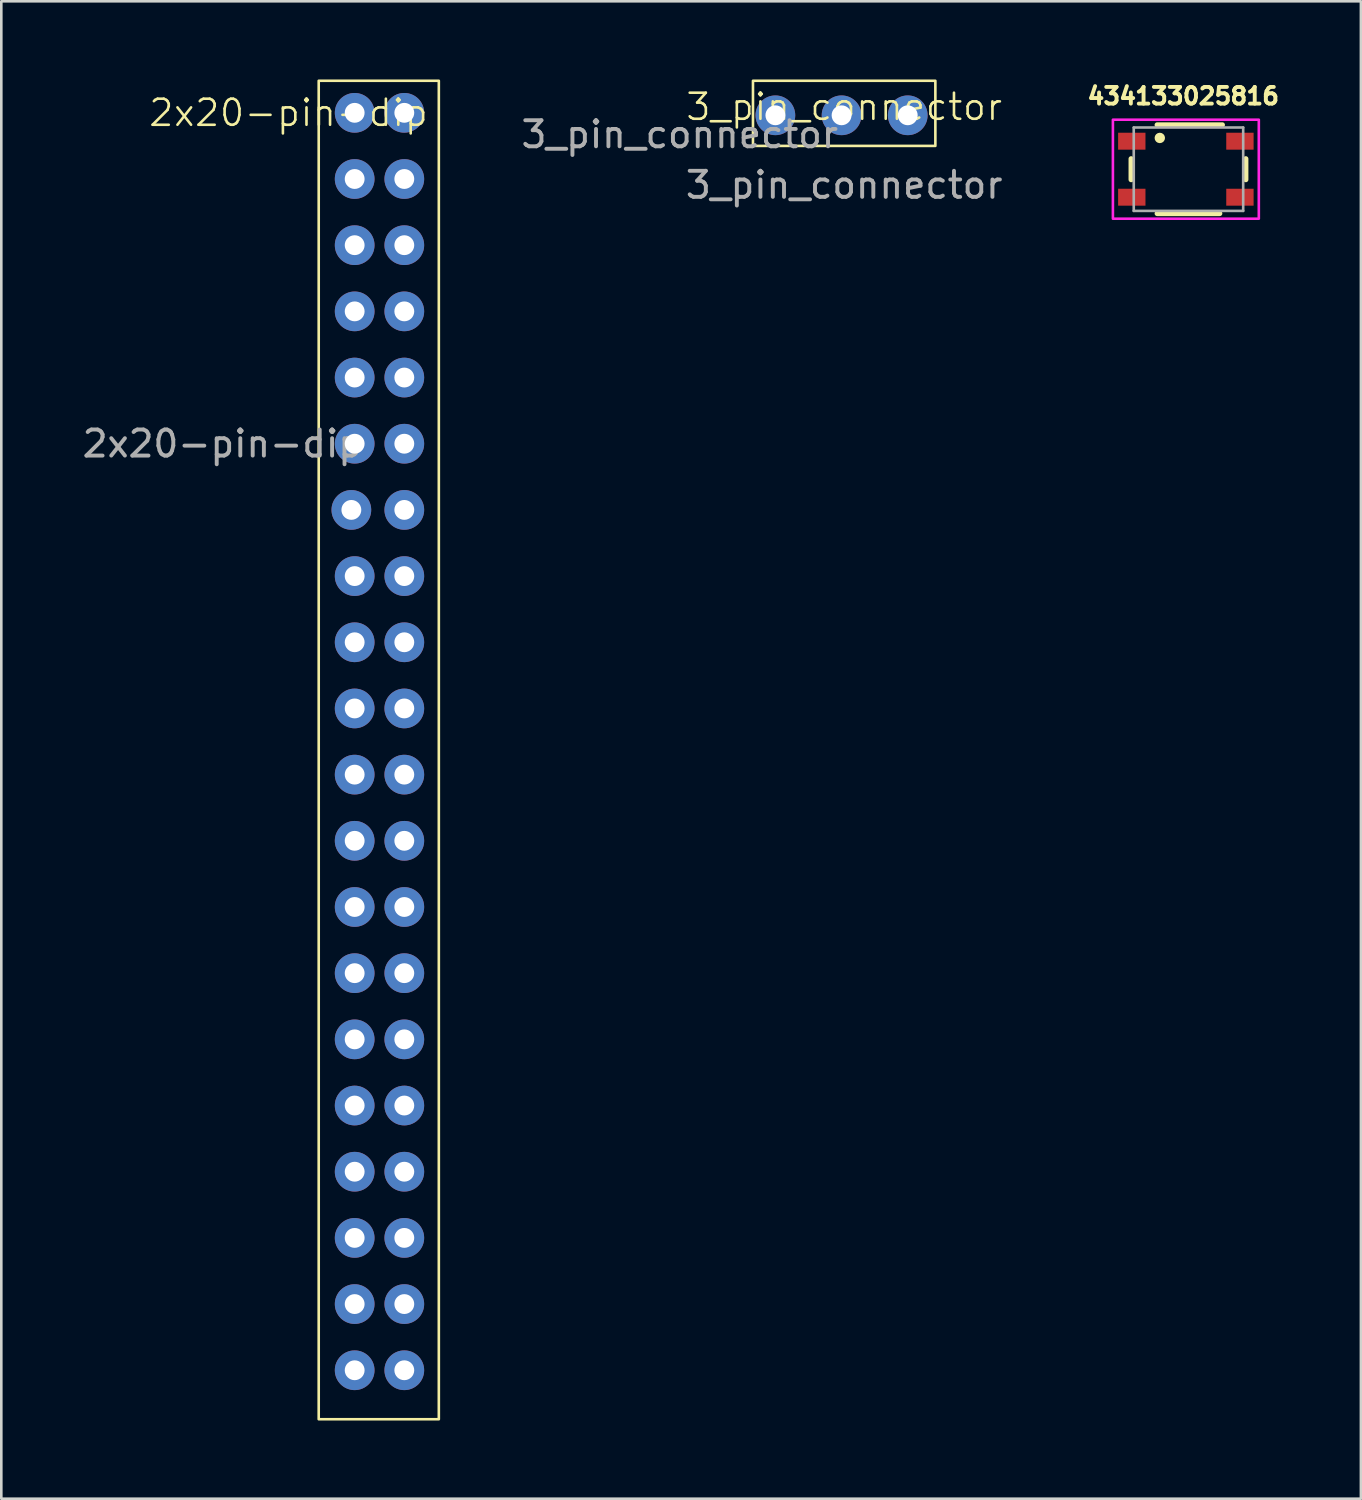
<source format=kicad_pcb>
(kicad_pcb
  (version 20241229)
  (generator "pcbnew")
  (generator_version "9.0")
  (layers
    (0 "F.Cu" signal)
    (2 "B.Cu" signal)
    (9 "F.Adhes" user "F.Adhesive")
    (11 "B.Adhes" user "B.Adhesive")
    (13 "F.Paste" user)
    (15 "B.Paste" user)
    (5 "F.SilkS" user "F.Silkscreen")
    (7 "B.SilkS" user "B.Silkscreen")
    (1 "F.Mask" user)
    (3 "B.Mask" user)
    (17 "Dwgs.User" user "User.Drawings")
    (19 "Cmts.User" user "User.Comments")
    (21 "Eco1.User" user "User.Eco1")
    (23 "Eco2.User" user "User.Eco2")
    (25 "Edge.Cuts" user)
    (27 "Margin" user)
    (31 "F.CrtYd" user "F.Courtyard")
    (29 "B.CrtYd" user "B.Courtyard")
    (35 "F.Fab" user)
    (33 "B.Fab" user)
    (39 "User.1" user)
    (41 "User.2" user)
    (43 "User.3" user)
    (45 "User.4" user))
  (footprint "3_pin_connector"
    (layer "F.Cu")
    (at 29.349 1.55)
    (property "Reference" "3_pin_connector" (at 0 -0.5 0) (unlocked yes) (layer "F.SilkS") (effects (font (size 1 1) (thickness 0.1))))
    (attr smd)
    (fp_rect (start -3.5 -1.5) (end 3.5 1) (stroke (width 0.1) (type default)) (fill no) (layer "F.SilkS"))
    (fp_text user "${REFERENCE}" (at 0 2.5 0) (unlocked yes) (layer "F.Fab") (effects (font (size 1 1) (thickness 0.15))))
    (fp_text user "${REFERENCE}" (at -6.31 0.56 0) (unlocked yes) (layer "F.Fab") (effects (font (size 1 1) (thickness 0.15))))
    (pad "1" thru_hole circle (at -2.64 -0.175 90) (size 1.524 1.524) (drill 0.762) (layers "*.Cu" "*.Mask"))
    (pad "2" thru_hole circle (at -0.1 -0.175 90) (size 1.524 1.524) (drill 0.762) (layers "*.Cu" "*.Mask"))
    (pad "3" thru_hole circle (at 2.44 -0.175 90) (size 1.524 1.524) (drill 0.762) (layers "*.Cu" "*.Mask")))
  (footprint "434133025816"
    (layer "F.Cu")
    (at 42.463 3.444)
    (property "Reference" "434133025816" (at -0.1 -2.806 0) (layer "F.SilkS") (effects (font (size 0.64 0.64) (thickness 0.15))))
    (attr smd)
    (fp_line (start -2.1 -0.4) (end -2.1 0.4) (stroke (width 0.2) (type solid)) (layer "F.SilkS"))
    (fp_line (start -1.1 -1.7) (end 1.4 -1.7) (stroke (width 0.2) (type solid)) (layer "F.SilkS"))
    (fp_line (start -1.1 1.7) (end 1.3 1.7) (stroke (width 0.2) (type solid)) (layer "F.SilkS"))
    (fp_line (start 2.3 -0.4) (end 2.3 0.4) (stroke (width 0.2) (type solid)) (layer "F.SilkS"))
    (fp_circle (center -1 -1.2) (end -0.9 -1.2) (stroke (width 0.2) (type solid)) (fill no) (layer "F.SilkS"))
    (fp_poly (pts (xy -2.8 -1.9) (xy 2.8 -1.9) (xy 2.8 1.9) (xy -2.8 1.9)) (stroke (width 0.1) (type solid)) (fill no) (layer "F.CrtYd"))
    (fp_line (start -2 -1.6) (end 2.2 -1.6) (stroke (width 0.1) (type solid)) (layer "F.Fab"))
    (fp_line (start -2 1.6) (end -2 -1.6) (stroke (width 0.1) (type solid)) (layer "F.Fab"))
    (fp_line (start 2.2 -1.6) (end 2.2 1.6) (stroke (width 0.1) (type solid)) (layer "F.Fab"))
    (fp_line (start 2.2 1.6) (end -2 1.6) (stroke (width 0.1) (type solid)) (layer "F.Fab"))
    (pad "1" smd rect (at 2.075 -1.075) (size 1.05 0.65) (layers "F.Cu" "F.Mask" "F.Paste"))
    (pad "2" smd rect (at -2.075 -1.075) (size 1.05 0.65) (layers "F.Cu" "F.Mask" "F.Paste"))
    (pad "3" smd rect (at 2.075 1.075) (size 1.05 0.65) (layers "F.Cu" "F.Mask" "F.Paste"))
    (pad "4" smd rect (at -2.075 1.075) (size 1.05 0.65) (layers "F.Cu" "F.Mask" "F.Paste")))
  (footprint "2x20-pin-dip"
    (layer "F.Cu")
    (at 11.451 1.026)
    (property "Reference" "2x20-pin-dip" (at -3.429 0.254 0) (unlocked yes) (layer "F.SilkS") (effects (font (size 1 1) (thickness 0.1))))
    (attr through_hole)
    (fp_rect (start 2.341 -0.976) (end -2.269 50.394) (stroke (width 0.1) (type default)) (fill no) (layer "F.SilkS"))
    (fp_text user "${REFERENCE}" (at -5.969 12.954 0) (unlocked yes) (layer "F.Fab") (effects (font (size 1 1) (thickness 0.15))))
    (pad "1" thru_hole circle (at 1.016 0.254) (size 1.524 1.524) (drill 0.762) (layers "*.Cu" "*.Mask"))
    (pad "2" thru_hole circle (at 1.016 2.794) (size 1.524 1.524) (drill 0.762) (layers "*.Cu" "*.Mask"))
    (pad "3" thru_hole circle (at 1.016 5.334) (size 1.524 1.524) (drill 0.762) (layers "*.Cu" "*.Mask"))
    (pad "4" thru_hole circle (at 1.016 7.874) (size 1.524 1.524) (drill 0.762) (layers "*.Cu" "*.Mask"))
    (pad "5" thru_hole circle (at 1.016 10.414) (size 1.524 1.524) (drill 0.762) (layers "*.Cu" "*.Mask"))
    (pad "6" thru_hole circle (at 1.016 12.954) (size 1.524 1.524) (drill 0.762) (layers "*.Cu" "*.Mask"))
    (pad "7" thru_hole circle (at 1.016 15.494) (size 1.524 1.524) (drill 0.762) (layers "*.Cu" "*.Mask"))
    (pad "8" thru_hole circle (at 1.016 18.034) (size 1.524 1.524) (drill 0.762) (layers "*.Cu" "*.Mask"))
    (pad "9" thru_hole circle (at 1.016 20.574) (size 1.524 1.524) (drill 0.762) (layers "*.Cu" "*.Mask"))
    (pad "10" thru_hole circle (at 1.016 23.114) (size 1.524 1.524) (drill 0.762) (layers "*.Cu" "*.Mask"))
    (pad "11" thru_hole circle (at 1.016 25.654) (size 1.524 1.524) (drill 0.762) (layers "*.Cu" "*.Mask"))
    (pad "12" thru_hole circle (at 1.016 28.194) (size 1.524 1.524) (drill 0.762) (layers "*.Cu" "*.Mask"))
    (pad "13" thru_hole circle (at 1.016 30.734) (size 1.524 1.524) (drill 0.762) (layers "*.Cu" "*.Mask"))
    (pad "14" thru_hole circle (at 1.016 33.274) (size 1.524 1.524) (drill 0.762) (layers "*.Cu" "*.Mask"))
    (pad "15" thru_hole circle (at 1.016 35.814) (size 1.524 1.524) (drill 0.762) (layers "*.Cu" "*.Mask"))
    (pad "16" thru_hole circle (at 1.016 38.354) (size 1.524 1.524) (drill 0.762) (layers "*.Cu" "*.Mask"))
    (pad "17" thru_hole circle (at 1.016 40.894) (size 1.524 1.524) (drill 0.762) (layers "*.Cu" "*.Mask"))
    (pad "18" thru_hole circle (at 1.016 43.434) (size 1.524 1.524) (drill 0.762) (layers "*.Cu" "*.Mask"))
    (pad "19" thru_hole circle (at 1.016 45.974) (size 1.524 1.524) (drill 0.762) (layers "*.Cu" "*.Mask"))
    (pad "20" thru_hole circle (at 1.016 48.514) (size 1.524 1.524) (drill 0.762) (layers "*.Cu" "*.Mask"))
    (pad "21" thru_hole circle (at -0.889 48.514) (size 1.524 1.524) (drill 0.762) (layers "*.Cu" "*.Mask"))
    (pad "22" thru_hole circle (at -0.889 45.974) (size 1.524 1.524) (drill 0.762) (layers "*.Cu" "*.Mask"))
    (pad "23" thru_hole circle (at -0.889 43.434) (size 1.524 1.524) (drill 0.762) (layers "*.Cu" "*.Mask"))
    (pad "24" thru_hole circle (at -0.889 40.894) (size 1.524 1.524) (drill 0.762) (layers "*.Cu" "*.Mask"))
    (pad "25" thru_hole circle (at -0.889 38.354) (size 1.524 1.524) (drill 0.762) (layers "*.Cu" "*.Mask"))
    (pad "26" thru_hole circle (at -0.889 35.814) (size 1.524 1.524) (drill 0.762) (layers "*.Cu" "*.Mask"))
    (pad "27" thru_hole circle (at -0.889 33.274) (size 1.524 1.524) (drill 0.762) (layers "*.Cu" "*.Mask"))
    (pad "28" thru_hole circle (at -0.889 30.734) (size 1.524 1.524) (drill 0.762) (layers "*.Cu" "*.Mask"))
    (pad "29" thru_hole circle (at -0.889 28.194) (size 1.524 1.524) (drill 0.762) (layers "*.Cu" "*.Mask"))
    (pad "30" thru_hole circle (at -0.889 25.654) (size 1.524 1.524) (drill 0.762) (layers "*.Cu" "*.Mask"))
    (pad "31" thru_hole circle (at -0.889 23.114) (size 1.524 1.524) (drill 0.762) (layers "*.Cu" "*.Mask"))
    (pad "32" thru_hole circle (at -0.889 20.574) (size 1.524 1.524) (drill 0.762) (layers "*.Cu" "*.Mask"))
    (pad "33" thru_hole circle (at -0.889 18.034) (size 1.524 1.524) (drill 0.762) (layers "*.Cu" "*.Mask"))
    (pad "34" thru_hole circle (at -1.016 15.494) (size 1.524 1.524) (drill 0.762) (layers "*.Cu" "*.Mask"))
    (pad "35" thru_hole circle (at -0.889 12.954) (size 1.524 1.524) (drill 0.762) (layers "*.Cu" "*.Mask"))
    (pad "36" thru_hole circle (at -0.889 10.414) (size 1.524 1.524) (drill 0.762) (layers "*.Cu" "*.Mask"))
    (pad "37" thru_hole circle (at -0.889 7.874) (size 1.524 1.524) (drill 0.762) (layers "*.Cu" "*.Mask"))
    (pad "38" thru_hole circle (at -0.889 5.334) (size 1.524 1.524) (drill 0.762) (layers "*.Cu" "*.Mask"))
    (pad "39" thru_hole circle (at -0.889 2.794) (size 1.524 1.524) (drill 0.762) (layers "*.Cu" "*.Mask"))
    (pad "40" thru_hole circle (at -0.889 0.254) (size 1.524 1.524) (drill 0.762) (layers "*.Cu" "*.Mask")))
  (gr_rect
    (start -3 -3)
    (end 49.181 54.47)
    (stroke (width 0.1) (type default))
    (fill no)
    (layer "Edge.Cuts")))
</source>
